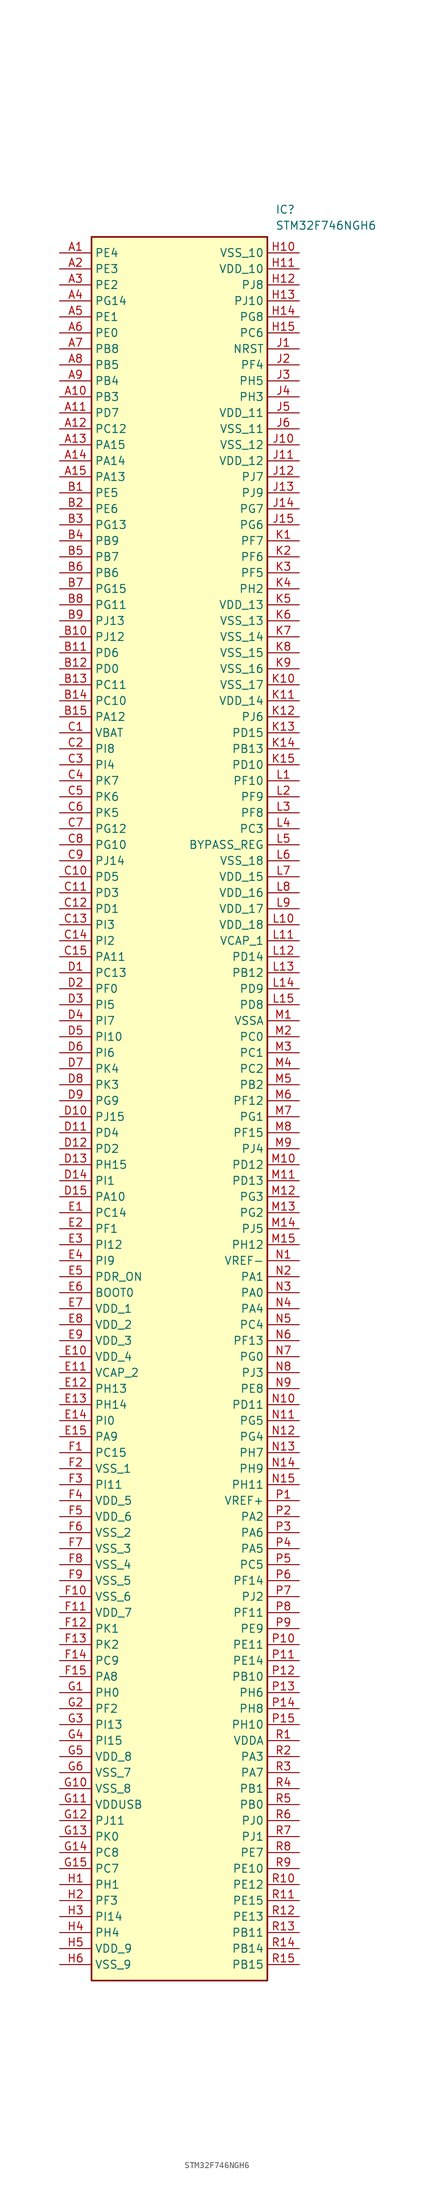
<source format=kicad_sym>
(kicad_symbol_lib
  (version 20211014)
  (generator SamacSys_ECAD_Model)
  (symbol "STM32F746NGH6"
    (property "Reference" "IC"
      (at 34.29 7.62 0)
      (effects (font (size 1.27 1.27)) (justify left top)))
    (property "Value" "STM32F746NGH6"
      (at 34.29 5.08 0)
      (effects (font (size 1.27 1.27)) (justify left top)))
    (rectangle
      (start 5.08 2.54)
      (end 33.02 -274.32)
      (stroke (width 0.254) (type default))
      (fill (type background)))
    (pin passive line
      (at 0 0 0)
      (length 5.08)
      (name "PE4" (effects (font (size 1.27 1.27))))
      (number "A1" (effects (font (size 1.27 1.27)))))
    (pin passive line
      (at 0 -2.54 0)
      (length 5.08)
      (name "PE3" (effects (font (size 1.27 1.27))))
      (number "A2" (effects (font (size 1.27 1.27)))))
    (pin passive line
      (at 0 -5.08 0)
      (length 5.08)
      (name "PE2" (effects (font (size 1.27 1.27))))
      (number "A3" (effects (font (size 1.27 1.27)))))
    (pin passive line
      (at 0 -7.62 0)
      (length 5.08)
      (name "PG14" (effects (font (size 1.27 1.27))))
      (number "A4" (effects (font (size 1.27 1.27)))))
    (pin passive line
      (at 0 -10.16 0)
      (length 5.08)
      (name "PE1" (effects (font (size 1.27 1.27))))
      (number "A5" (effects (font (size 1.27 1.27)))))
    (pin passive line
      (at 0 -12.7 0)
      (length 5.08)
      (name "PE0" (effects (font (size 1.27 1.27))))
      (number "A6" (effects (font (size 1.27 1.27)))))
    (pin passive line
      (at 0 -15.24 0)
      (length 5.08)
      (name "PB8" (effects (font (size 1.27 1.27))))
      (number "A7" (effects (font (size 1.27 1.27)))))
    (pin passive line
      (at 0 -17.78 0)
      (length 5.08)
      (name "PB5" (effects (font (size 1.27 1.27))))
      (number "A8" (effects (font (size 1.27 1.27)))))
    (pin passive line
      (at 0 -20.32 0)
      (length 5.08)
      (name "PB4" (effects (font (size 1.27 1.27))))
      (number "A9" (effects (font (size 1.27 1.27)))))
    (pin passive line
      (at 0 -22.86 0)
      (length 5.08)
      (name "PB3" (effects (font (size 1.27 1.27))))
      (number "A10" (effects (font (size 1.27 1.27)))))
    (pin passive line
      (at 0 -25.4 0)
      (length 5.08)
      (name "PD7" (effects (font (size 1.27 1.27))))
      (number "A11" (effects (font (size 1.27 1.27)))))
    (pin passive line
      (at 0 -27.94 0)
      (length 5.08)
      (name "PC12" (effects (font (size 1.27 1.27))))
      (number "A12" (effects (font (size 1.27 1.27)))))
    (pin passive line
      (at 0 -30.48 0)
      (length 5.08)
      (name "PA15" (effects (font (size 1.27 1.27))))
      (number "A13" (effects (font (size 1.27 1.27)))))
    (pin passive line
      (at 0 -33.02 0)
      (length 5.08)
      (name "PA14" (effects (font (size 1.27 1.27))))
      (number "A14" (effects (font (size 1.27 1.27)))))
    (pin passive line
      (at 0 -35.56 0)
      (length 5.08)
      (name "PA13" (effects (font (size 1.27 1.27))))
      (number "A15" (effects (font (size 1.27 1.27)))))
    (pin passive line
      (at 0 -38.1 0)
      (length 5.08)
      (name "PE5" (effects (font (size 1.27 1.27))))
      (number "B1" (effects (font (size 1.27 1.27)))))
    (pin passive line
      (at 0 -40.64 0)
      (length 5.08)
      (name "PE6" (effects (font (size 1.27 1.27))))
      (number "B2" (effects (font (size 1.27 1.27)))))
    (pin passive line
      (at 0 -43.18 0)
      (length 5.08)
      (name "PG13" (effects (font (size 1.27 1.27))))
      (number "B3" (effects (font (size 1.27 1.27)))))
    (pin passive line
      (at 0 -45.72 0)
      (length 5.08)
      (name "PB9" (effects (font (size 1.27 1.27))))
      (number "B4" (effects (font (size 1.27 1.27)))))
    (pin passive line
      (at 0 -48.26 0)
      (length 5.08)
      (name "PB7" (effects (font (size 1.27 1.27))))
      (number "B5" (effects (font (size 1.27 1.27)))))
    (pin passive line
      (at 0 -50.8 0)
      (length 5.08)
      (name "PB6" (effects (font (size 1.27 1.27))))
      (number "B6" (effects (font (size 1.27 1.27)))))
    (pin passive line
      (at 0 -53.34 0)
      (length 5.08)
      (name "PG15" (effects (font (size 1.27 1.27))))
      (number "B7" (effects (font (size 1.27 1.27)))))
    (pin passive line
      (at 0 -55.88 0)
      (length 5.08)
      (name "PG11" (effects (font (size 1.27 1.27))))
      (number "B8" (effects (font (size 1.27 1.27)))))
    (pin passive line
      (at 0 -58.42 0)
      (length 5.08)
      (name "PJ13" (effects (font (size 1.27 1.27))))
      (number "B9" (effects (font (size 1.27 1.27)))))
    (pin passive line
      (at 0 -60.96 0)
      (length 5.08)
      (name "PJ12" (effects (font (size 1.27 1.27))))
      (number "B10" (effects (font (size 1.27 1.27)))))
    (pin passive line
      (at 0 -63.5 0)
      (length 5.08)
      (name "PD6" (effects (font (size 1.27 1.27))))
      (number "B11" (effects (font (size 1.27 1.27)))))
    (pin passive line
      (at 0 -66.04 0)
      (length 5.08)
      (name "PD0" (effects (font (size 1.27 1.27))))
      (number "B12" (effects (font (size 1.27 1.27)))))
    (pin passive line
      (at 0 -68.58 0)
      (length 5.08)
      (name "PC11" (effects (font (size 1.27 1.27))))
      (number "B13" (effects (font (size 1.27 1.27)))))
    (pin passive line
      (at 0 -71.12 0)
      (length 5.08)
      (name "PC10" (effects (font (size 1.27 1.27))))
      (number "B14" (effects (font (size 1.27 1.27)))))
    (pin passive line
      (at 0 -73.66 0)
      (length 5.08)
      (name "PA12" (effects (font (size 1.27 1.27))))
      (number "B15" (effects (font (size 1.27 1.27)))))
    (pin passive line
      (at 0 -76.2 0)
      (length 5.08)
      (name "VBAT" (effects (font (size 1.27 1.27))))
      (number "C1" (effects (font (size 1.27 1.27)))))
    (pin passive line
      (at 0 -78.74 0)
      (length 5.08)
      (name "PI8" (effects (font (size 1.27 1.27))))
      (number "C2" (effects (font (size 1.27 1.27)))))
    (pin passive line
      (at 0 -81.28 0)
      (length 5.08)
      (name "PI4" (effects (font (size 1.27 1.27))))
      (number "C3" (effects (font (size 1.27 1.27)))))
    (pin passive line
      (at 0 -83.82 0)
      (length 5.08)
      (name "PK7" (effects (font (size 1.27 1.27))))
      (number "C4" (effects (font (size 1.27 1.27)))))
    (pin passive line
      (at 0 -86.36 0)
      (length 5.08)
      (name "PK6" (effects (font (size 1.27 1.27))))
      (number "C5" (effects (font (size 1.27 1.27)))))
    (pin passive line
      (at 0 -88.9 0)
      (length 5.08)
      (name "PK5" (effects (font (size 1.27 1.27))))
      (number "C6" (effects (font (size 1.27 1.27)))))
    (pin passive line
      (at 0 -91.44 0)
      (length 5.08)
      (name "PG12" (effects (font (size 1.27 1.27))))
      (number "C7" (effects (font (size 1.27 1.27)))))
    (pin passive line
      (at 0 -93.98 0)
      (length 5.08)
      (name "PG10" (effects (font (size 1.27 1.27))))
      (number "C8" (effects (font (size 1.27 1.27)))))
    (pin passive line
      (at 0 -96.52 0)
      (length 5.08)
      (name "PJ14" (effects (font (size 1.27 1.27))))
      (number "C9" (effects (font (size 1.27 1.27)))))
    (pin passive line
      (at 0 -99.06 0)
      (length 5.08)
      (name "PD5" (effects (font (size 1.27 1.27))))
      (number "C10" (effects (font (size 1.27 1.27)))))
    (pin passive line
      (at 0 -101.6 0)
      (length 5.08)
      (name "PD3" (effects (font (size 1.27 1.27))))
      (number "C11" (effects (font (size 1.27 1.27)))))
    (pin passive line
      (at 0 -104.14 0)
      (length 5.08)
      (name "PD1" (effects (font (size 1.27 1.27))))
      (number "C12" (effects (font (size 1.27 1.27)))))
    (pin passive line
      (at 0 -106.68 0)
      (length 5.08)
      (name "PI3" (effects (font (size 1.27 1.27))))
      (number "C13" (effects (font (size 1.27 1.27)))))
    (pin passive line
      (at 0 -109.22 0)
      (length 5.08)
      (name "PI2" (effects (font (size 1.27 1.27))))
      (number "C14" (effects (font (size 1.27 1.27)))))
    (pin passive line
      (at 0 -111.76 0)
      (length 5.08)
      (name "PA11" (effects (font (size 1.27 1.27))))
      (number "C15" (effects (font (size 1.27 1.27)))))
    (pin passive line
      (at 0 -114.3 0)
      (length 5.08)
      (name "PC13" (effects (font (size 1.27 1.27))))
      (number "D1" (effects (font (size 1.27 1.27)))))
    (pin passive line
      (at 0 -116.84 0)
      (length 5.08)
      (name "PF0" (effects (font (size 1.27 1.27))))
      (number "D2" (effects (font (size 1.27 1.27)))))
    (pin passive line
      (at 0 -119.38 0)
      (length 5.08)
      (name "PI5" (effects (font (size 1.27 1.27))))
      (number "D3" (effects (font (size 1.27 1.27)))))
    (pin passive line
      (at 0 -121.92 0)
      (length 5.08)
      (name "PI7" (effects (font (size 1.27 1.27))))
      (number "D4" (effects (font (size 1.27 1.27)))))
    (pin passive line
      (at 0 -124.46 0)
      (length 5.08)
      (name "PI10" (effects (font (size 1.27 1.27))))
      (number "D5" (effects (font (size 1.27 1.27)))))
    (pin passive line
      (at 0 -127 0)
      (length 5.08)
      (name "PI6" (effects (font (size 1.27 1.27))))
      (number "D6" (effects (font (size 1.27 1.27)))))
    (pin passive line
      (at 0 -129.54 0)
      (length 5.08)
      (name "PK4" (effects (font (size 1.27 1.27))))
      (number "D7" (effects (font (size 1.27 1.27)))))
    (pin passive line
      (at 0 -132.08 0)
      (length 5.08)
      (name "PK3" (effects (font (size 1.27 1.27))))
      (number "D8" (effects (font (size 1.27 1.27)))))
    (pin passive line
      (at 0 -134.62 0)
      (length 5.08)
      (name "PG9" (effects (font (size 1.27 1.27))))
      (number "D9" (effects (font (size 1.27 1.27)))))
    (pin passive line
      (at 0 -137.16 0)
      (length 5.08)
      (name "PJ15" (effects (font (size 1.27 1.27))))
      (number "D10" (effects (font (size 1.27 1.27)))))
    (pin passive line
      (at 0 -139.7 0)
      (length 5.08)
      (name "PD4" (effects (font (size 1.27 1.27))))
      (number "D11" (effects (font (size 1.27 1.27)))))
    (pin passive line
      (at 0 -142.24 0)
      (length 5.08)
      (name "PD2" (effects (font (size 1.27 1.27))))
      (number "D12" (effects (font (size 1.27 1.27)))))
    (pin passive line
      (at 0 -144.78 0)
      (length 5.08)
      (name "PH15" (effects (font (size 1.27 1.27))))
      (number "D13" (effects (font (size 1.27 1.27)))))
    (pin passive line
      (at 0 -147.32 0)
      (length 5.08)
      (name "PI1" (effects (font (size 1.27 1.27))))
      (number "D14" (effects (font (size 1.27 1.27)))))
    (pin passive line
      (at 0 -149.86 0)
      (length 5.08)
      (name "PA10" (effects (font (size 1.27 1.27))))
      (number "D15" (effects (font (size 1.27 1.27)))))
    (pin passive line
      (at 0 -152.4 0)
      (length 5.08)
      (name "PC14" (effects (font (size 1.27 1.27))))
      (number "E1" (effects (font (size 1.27 1.27)))))
    (pin passive line
      (at 0 -154.94 0)
      (length 5.08)
      (name "PF1" (effects (font (size 1.27 1.27))))
      (number "E2" (effects (font (size 1.27 1.27)))))
    (pin passive line
      (at 0 -157.48 0)
      (length 5.08)
      (name "PI12" (effects (font (size 1.27 1.27))))
      (number "E3" (effects (font (size 1.27 1.27)))))
    (pin passive line
      (at 0 -160.02 0)
      (length 5.08)
      (name "PI9" (effects (font (size 1.27 1.27))))
      (number "E4" (effects (font (size 1.27 1.27)))))
    (pin passive line
      (at 0 -162.56 0)
      (length 5.08)
      (name "PDR_ON" (effects (font (size 1.27 1.27))))
      (number "E5" (effects (font (size 1.27 1.27)))))
    (pin passive line
      (at 0 -165.1 0)
      (length 5.08)
      (name "BOOT0" (effects (font (size 1.27 1.27))))
      (number "E6" (effects (font (size 1.27 1.27)))))
    (pin passive line
      (at 0 -167.64 0)
      (length 5.08)
      (name "VDD_1" (effects (font (size 1.27 1.27))))
      (number "E7" (effects (font (size 1.27 1.27)))))
    (pin passive line
      (at 0 -170.18 0)
      (length 5.08)
      (name "VDD_2" (effects (font (size 1.27 1.27))))
      (number "E8" (effects (font (size 1.27 1.27)))))
    (pin passive line
      (at 0 -172.72 0)
      (length 5.08)
      (name "VDD_3" (effects (font (size 1.27 1.27))))
      (number "E9" (effects (font (size 1.27 1.27)))))
    (pin passive line
      (at 0 -175.26 0)
      (length 5.08)
      (name "VDD_4" (effects (font (size 1.27 1.27))))
      (number "E10" (effects (font (size 1.27 1.27)))))
    (pin passive line
      (at 0 -177.8 0)
      (length 5.08)
      (name "VCAP_2" (effects (font (size 1.27 1.27))))
      (number "E11" (effects (font (size 1.27 1.27)))))
    (pin passive line
      (at 0 -180.34 0)
      (length 5.08)
      (name "PH13" (effects (font (size 1.27 1.27))))
      (number "E12" (effects (font (size 1.27 1.27)))))
    (pin passive line
      (at 0 -182.88 0)
      (length 5.08)
      (name "PH14" (effects (font (size 1.27 1.27))))
      (number "E13" (effects (font (size 1.27 1.27)))))
    (pin passive line
      (at 0 -185.42 0)
      (length 5.08)
      (name "PI0" (effects (font (size 1.27 1.27))))
      (number "E14" (effects (font (size 1.27 1.27)))))
    (pin passive line
      (at 0 -187.96 0)
      (length 5.08)
      (name "PA9" (effects (font (size 1.27 1.27))))
      (number "E15" (effects (font (size 1.27 1.27)))))
    (pin passive line
      (at 0 -190.5 0)
      (length 5.08)
      (name "PC15" (effects (font (size 1.27 1.27))))
      (number "F1" (effects (font (size 1.27 1.27)))))
    (pin passive line
      (at 0 -193.04 0)
      (length 5.08)
      (name "VSS_1" (effects (font (size 1.27 1.27))))
      (number "F2" (effects (font (size 1.27 1.27)))))
    (pin passive line
      (at 0 -195.58 0)
      (length 5.08)
      (name "PI11" (effects (font (size 1.27 1.27))))
      (number "F3" (effects (font (size 1.27 1.27)))))
    (pin passive line
      (at 0 -198.12 0)
      (length 5.08)
      (name "VDD_5" (effects (font (size 1.27 1.27))))
      (number "F4" (effects (font (size 1.27 1.27)))))
    (pin passive line
      (at 0 -200.66 0)
      (length 5.08)
      (name "VDD_6" (effects (font (size 1.27 1.27))))
      (number "F5" (effects (font (size 1.27 1.27)))))
    (pin passive line
      (at 0 -203.2 0)
      (length 5.08)
      (name "VSS_2" (effects (font (size 1.27 1.27))))
      (number "F6" (effects (font (size 1.27 1.27)))))
    (pin passive line
      (at 0 -205.74 0)
      (length 5.08)
      (name "VSS_3" (effects (font (size 1.27 1.27))))
      (number "F7" (effects (font (size 1.27 1.27)))))
    (pin passive line
      (at 0 -208.28 0)
      (length 5.08)
      (name "VSS_4" (effects (font (size 1.27 1.27))))
      (number "F8" (effects (font (size 1.27 1.27)))))
    (pin passive line
      (at 0 -210.82 0)
      (length 5.08)
      (name "VSS_5" (effects (font (size 1.27 1.27))))
      (number "F9" (effects (font (size 1.27 1.27)))))
    (pin passive line
      (at 0 -213.36 0)
      (length 5.08)
      (name "VSS_6" (effects (font (size 1.27 1.27))))
      (number "F10" (effects (font (size 1.27 1.27)))))
    (pin passive line
      (at 0 -215.9 0)
      (length 5.08)
      (name "VDD_7" (effects (font (size 1.27 1.27))))
      (number "F11" (effects (font (size 1.27 1.27)))))
    (pin passive line
      (at 0 -218.44 0)
      (length 5.08)
      (name "PK1" (effects (font (size 1.27 1.27))))
      (number "F12" (effects (font (size 1.27 1.27)))))
    (pin passive line
      (at 0 -220.98 0)
      (length 5.08)
      (name "PK2" (effects (font (size 1.27 1.27))))
      (number "F13" (effects (font (size 1.27 1.27)))))
    (pin passive line
      (at 0 -223.52 0)
      (length 5.08)
      (name "PC9" (effects (font (size 1.27 1.27))))
      (number "F14" (effects (font (size 1.27 1.27)))))
    (pin passive line
      (at 0 -226.06 0)
      (length 5.08)
      (name "PA8" (effects (font (size 1.27 1.27))))
      (number "F15" (effects (font (size 1.27 1.27)))))
    (pin passive line
      (at 0 -228.6 0)
      (length 5.08)
      (name "PH0" (effects (font (size 1.27 1.27))))
      (number "G1" (effects (font (size 1.27 1.27)))))
    (pin passive line
      (at 0 -231.14 0)
      (length 5.08)
      (name "PF2" (effects (font (size 1.27 1.27))))
      (number "G2" (effects (font (size 1.27 1.27)))))
    (pin passive line
      (at 0 -233.68 0)
      (length 5.08)
      (name "PI13" (effects (font (size 1.27 1.27))))
      (number "G3" (effects (font (size 1.27 1.27)))))
    (pin passive line
      (at 0 -236.22 0)
      (length 5.08)
      (name "PI15" (effects (font (size 1.27 1.27))))
      (number "G4" (effects (font (size 1.27 1.27)))))
    (pin passive line
      (at 0 -238.76 0)
      (length 5.08)
      (name "VDD_8" (effects (font (size 1.27 1.27))))
      (number "G5" (effects (font (size 1.27 1.27)))))
    (pin passive line
      (at 0 -241.3 0)
      (length 5.08)
      (name "VSS_7" (effects (font (size 1.27 1.27))))
      (number "G6" (effects (font (size 1.27 1.27)))))
    (pin passive line
      (at 0 -243.84 0)
      (length 5.08)
      (name "VSS_8" (effects (font (size 1.27 1.27))))
      (number "G10" (effects (font (size 1.27 1.27)))))
    (pin passive line
      (at 0 -246.38 0)
      (length 5.08)
      (name "VDDUSB" (effects (font (size 1.27 1.27))))
      (number "G11" (effects (font (size 1.27 1.27)))))
    (pin passive line
      (at 0 -248.92 0)
      (length 5.08)
      (name "PJ11" (effects (font (size 1.27 1.27))))
      (number "G12" (effects (font (size 1.27 1.27)))))
    (pin passive line
      (at 0 -251.46 0)
      (length 5.08)
      (name "PK0" (effects (font (size 1.27 1.27))))
      (number "G13" (effects (font (size 1.27 1.27)))))
    (pin passive line
      (at 0 -254 0)
      (length 5.08)
      (name "PC8" (effects (font (size 1.27 1.27))))
      (number "G14" (effects (font (size 1.27 1.27)))))
    (pin passive line
      (at 0 -256.54 0)
      (length 5.08)
      (name "PC7" (effects (font (size 1.27 1.27))))
      (number "G15" (effects (font (size 1.27 1.27)))))
    (pin passive line
      (at 0 -259.08 0)
      (length 5.08)
      (name "PH1" (effects (font (size 1.27 1.27))))
      (number "H1" (effects (font (size 1.27 1.27)))))
    (pin passive line
      (at 0 -261.62 0)
      (length 5.08)
      (name "PF3" (effects (font (size 1.27 1.27))))
      (number "H2" (effects (font (size 1.27 1.27)))))
    (pin passive line
      (at 0 -264.16 0)
      (length 5.08)
      (name "PI14" (effects (font (size 1.27 1.27))))
      (number "H3" (effects (font (size 1.27 1.27)))))
    (pin passive line
      (at 0 -266.7 0)
      (length 5.08)
      (name "PH4" (effects (font (size 1.27 1.27))))
      (number "H4" (effects (font (size 1.27 1.27)))))
    (pin passive line
      (at 0 -269.24 0)
      (length 5.08)
      (name "VDD_9" (effects (font (size 1.27 1.27))))
      (number "H5" (effects (font (size 1.27 1.27)))))
    (pin passive line
      (at 0 -271.78 0)
      (length 5.08)
      (name "VSS_9" (effects (font (size 1.27 1.27))))
      (number "H6" (effects (font (size 1.27 1.27)))))
    (pin passive line
      (at 38.1 0 180)
      (length 5.08)
      (name "VSS_10" (effects (font (size 1.27 1.27))))
      (number "H10" (effects (font (size 1.27 1.27)))))
    (pin passive line
      (at 38.1 -2.54 180)
      (length 5.08)
      (name "VDD_10" (effects (font (size 1.27 1.27))))
      (number "H11" (effects (font (size 1.27 1.27)))))
    (pin passive line
      (at 38.1 -5.08 180)
      (length 5.08)
      (name "PJ8" (effects (font (size 1.27 1.27))))
      (number "H12" (effects (font (size 1.27 1.27)))))
    (pin passive line
      (at 38.1 -7.62 180)
      (length 5.08)
      (name "PJ10" (effects (font (size 1.27 1.27))))
      (number "H13" (effects (font (size 1.27 1.27)))))
    (pin passive line
      (at 38.1 -10.16 180)
      (length 5.08)
      (name "PG8" (effects (font (size 1.27 1.27))))
      (number "H14" (effects (font (size 1.27 1.27)))))
    (pin passive line
      (at 38.1 -12.7 180)
      (length 5.08)
      (name "PC6" (effects (font (size 1.27 1.27))))
      (number "H15" (effects (font (size 1.27 1.27)))))
    (pin passive line
      (at 38.1 -15.24 180)
      (length 5.08)
      (name "NRST" (effects (font (size 1.27 1.27))))
      (number "J1" (effects (font (size 1.27 1.27)))))
    (pin passive line
      (at 38.1 -17.78 180)
      (length 5.08)
      (name "PF4" (effects (font (size 1.27 1.27))))
      (number "J2" (effects (font (size 1.27 1.27)))))
    (pin passive line
      (at 38.1 -20.32 180)
      (length 5.08)
      (name "PH5" (effects (font (size 1.27 1.27))))
      (number "J3" (effects (font (size 1.27 1.27)))))
    (pin passive line
      (at 38.1 -22.86 180)
      (length 5.08)
      (name "PH3" (effects (font (size 1.27 1.27))))
      (number "J4" (effects (font (size 1.27 1.27)))))
    (pin passive line
      (at 38.1 -25.4 180)
      (length 5.08)
      (name "VDD_11" (effects (font (size 1.27 1.27))))
      (number "J5" (effects (font (size 1.27 1.27)))))
    (pin passive line
      (at 38.1 -27.94 180)
      (length 5.08)
      (name "VSS_11" (effects (font (size 1.27 1.27))))
      (number "J6" (effects (font (size 1.27 1.27)))))
    (pin passive line
      (at 38.1 -30.48 180)
      (length 5.08)
      (name "VSS_12" (effects (font (size 1.27 1.27))))
      (number "J10" (effects (font (size 1.27 1.27)))))
    (pin passive line
      (at 38.1 -33.02 180)
      (length 5.08)
      (name "VDD_12" (effects (font (size 1.27 1.27))))
      (number "J11" (effects (font (size 1.27 1.27)))))
    (pin passive line
      (at 38.1 -35.56 180)
      (length 5.08)
      (name "PJ7" (effects (font (size 1.27 1.27))))
      (number "J12" (effects (font (size 1.27 1.27)))))
    (pin passive line
      (at 38.1 -38.1 180)
      (length 5.08)
      (name "PJ9" (effects (font (size 1.27 1.27))))
      (number "J13" (effects (font (size 1.27 1.27)))))
    (pin passive line
      (at 38.1 -40.64 180)
      (length 5.08)
      (name "PG7" (effects (font (size 1.27 1.27))))
      (number "J14" (effects (font (size 1.27 1.27)))))
    (pin passive line
      (at 38.1 -43.18 180)
      (length 5.08)
      (name "PG6" (effects (font (size 1.27 1.27))))
      (number "J15" (effects (font (size 1.27 1.27)))))
    (pin passive line
      (at 38.1 -45.72 180)
      (length 5.08)
      (name "PF7" (effects (font (size 1.27 1.27))))
      (number "K1" (effects (font (size 1.27 1.27)))))
    (pin passive line
      (at 38.1 -48.26 180)
      (length 5.08)
      (name "PF6" (effects (font (size 1.27 1.27))))
      (number "K2" (effects (font (size 1.27 1.27)))))
    (pin passive line
      (at 38.1 -50.8 180)
      (length 5.08)
      (name "PF5" (effects (font (size 1.27 1.27))))
      (number "K3" (effects (font (size 1.27 1.27)))))
    (pin passive line
      (at 38.1 -53.34 180)
      (length 5.08)
      (name "PH2" (effects (font (size 1.27 1.27))))
      (number "K4" (effects (font (size 1.27 1.27)))))
    (pin passive line
      (at 38.1 -55.88 180)
      (length 5.08)
      (name "VDD_13" (effects (font (size 1.27 1.27))))
      (number "K5" (effects (font (size 1.27 1.27)))))
    (pin passive line
      (at 38.1 -58.42 180)
      (length 5.08)
      (name "VSS_13" (effects (font (size 1.27 1.27))))
      (number "K6" (effects (font (size 1.27 1.27)))))
    (pin passive line
      (at 38.1 -60.96 180)
      (length 5.08)
      (name "VSS_14" (effects (font (size 1.27 1.27))))
      (number "K7" (effects (font (size 1.27 1.27)))))
    (pin passive line
      (at 38.1 -63.5 180)
      (length 5.08)
      (name "VSS_15" (effects (font (size 1.27 1.27))))
      (number "K8" (effects (font (size 1.27 1.27)))))
    (pin passive line
      (at 38.1 -66.04 180)
      (length 5.08)
      (name "VSS_16" (effects (font (size 1.27 1.27))))
      (number "K9" (effects (font (size 1.27 1.27)))))
    (pin passive line
      (at 38.1 -68.58 180)
      (length 5.08)
      (name "VSS_17" (effects (font (size 1.27 1.27))))
      (number "K10" (effects (font (size 1.27 1.27)))))
    (pin passive line
      (at 38.1 -71.12 180)
      (length 5.08)
      (name "VDD_14" (effects (font (size 1.27 1.27))))
      (number "K11" (effects (font (size 1.27 1.27)))))
    (pin passive line
      (at 38.1 -73.66 180)
      (length 5.08)
      (name "PJ6" (effects (font (size 1.27 1.27))))
      (number "K12" (effects (font (size 1.27 1.27)))))
    (pin passive line
      (at 38.1 -76.2 180)
      (length 5.08)
      (name "PD15" (effects (font (size 1.27 1.27))))
      (number "K13" (effects (font (size 1.27 1.27)))))
    (pin passive line
      (at 38.1 -78.74 180)
      (length 5.08)
      (name "PB13" (effects (font (size 1.27 1.27))))
      (number "K14" (effects (font (size 1.27 1.27)))))
    (pin passive line
      (at 38.1 -81.28 180)
      (length 5.08)
      (name "PD10" (effects (font (size 1.27 1.27))))
      (number "K15" (effects (font (size 1.27 1.27)))))
    (pin passive line
      (at 38.1 -83.82 180)
      (length 5.08)
      (name "PF10" (effects (font (size 1.27 1.27))))
      (number "L1" (effects (font (size 1.27 1.27)))))
    (pin passive line
      (at 38.1 -86.36 180)
      (length 5.08)
      (name "PF9" (effects (font (size 1.27 1.27))))
      (number "L2" (effects (font (size 1.27 1.27)))))
    (pin passive line
      (at 38.1 -88.9 180)
      (length 5.08)
      (name "PF8" (effects (font (size 1.27 1.27))))
      (number "L3" (effects (font (size 1.27 1.27)))))
    (pin passive line
      (at 38.1 -91.44 180)
      (length 5.08)
      (name "PC3" (effects (font (size 1.27 1.27))))
      (number "L4" (effects (font (size 1.27 1.27)))))
    (pin passive line
      (at 38.1 -93.98 180)
      (length 5.08)
      (name "BYPASS_REG" (effects (font (size 1.27 1.27))))
      (number "L5" (effects (font (size 1.27 1.27)))))
    (pin passive line
      (at 38.1 -96.52 180)
      (length 5.08)
      (name "VSS_18" (effects (font (size 1.27 1.27))))
      (number "L6" (effects (font (size 1.27 1.27)))))
    (pin passive line
      (at 38.1 -99.06 180)
      (length 5.08)
      (name "VDD_15" (effects (font (size 1.27 1.27))))
      (number "L7" (effects (font (size 1.27 1.27)))))
    (pin passive line
      (at 38.1 -101.6 180)
      (length 5.08)
      (name "VDD_16" (effects (font (size 1.27 1.27))))
      (number "L8" (effects (font (size 1.27 1.27)))))
    (pin passive line
      (at 38.1 -104.14 180)
      (length 5.08)
      (name "VDD_17" (effects (font (size 1.27 1.27))))
      (number "L9" (effects (font (size 1.27 1.27)))))
    (pin passive line
      (at 38.1 -106.68 180)
      (length 5.08)
      (name "VDD_18" (effects (font (size 1.27 1.27))))
      (number "L10" (effects (font (size 1.27 1.27)))))
    (pin passive line
      (at 38.1 -109.22 180)
      (length 5.08)
      (name "VCAP_1" (effects (font (size 1.27 1.27))))
      (number "L11" (effects (font (size 1.27 1.27)))))
    (pin passive line
      (at 38.1 -111.76 180)
      (length 5.08)
      (name "PD14" (effects (font (size 1.27 1.27))))
      (number "L12" (effects (font (size 1.27 1.27)))))
    (pin passive line
      (at 38.1 -114.3 180)
      (length 5.08)
      (name "PB12" (effects (font (size 1.27 1.27))))
      (number "L13" (effects (font (size 1.27 1.27)))))
    (pin passive line
      (at 38.1 -116.84 180)
      (length 5.08)
      (name "PD9" (effects (font (size 1.27 1.27))))
      (number "L14" (effects (font (size 1.27 1.27)))))
    (pin passive line
      (at 38.1 -119.38 180)
      (length 5.08)
      (name "PD8" (effects (font (size 1.27 1.27))))
      (number "L15" (effects (font (size 1.27 1.27)))))
    (pin passive line
      (at 38.1 -121.92 180)
      (length 5.08)
      (name "VSSA" (effects (font (size 1.27 1.27))))
      (number "M1" (effects (font (size 1.27 1.27)))))
    (pin passive line
      (at 38.1 -124.46 180)
      (length 5.08)
      (name "PC0" (effects (font (size 1.27 1.27))))
      (number "M2" (effects (font (size 1.27 1.27)))))
    (pin passive line
      (at 38.1 -127 180)
      (length 5.08)
      (name "PC1" (effects (font (size 1.27 1.27))))
      (number "M3" (effects (font (size 1.27 1.27)))))
    (pin passive line
      (at 38.1 -129.54 180)
      (length 5.08)
      (name "PC2" (effects (font (size 1.27 1.27))))
      (number "M4" (effects (font (size 1.27 1.27)))))
    (pin passive line
      (at 38.1 -132.08 180)
      (length 5.08)
      (name "PB2" (effects (font (size 1.27 1.27))))
      (number "M5" (effects (font (size 1.27 1.27)))))
    (pin passive line
      (at 38.1 -134.62 180)
      (length 5.08)
      (name "PF12" (effects (font (size 1.27 1.27))))
      (number "M6" (effects (font (size 1.27 1.27)))))
    (pin passive line
      (at 38.1 -137.16 180)
      (length 5.08)
      (name "PG1" (effects (font (size 1.27 1.27))))
      (number "M7" (effects (font (size 1.27 1.27)))))
    (pin passive line
      (at 38.1 -139.7 180)
      (length 5.08)
      (name "PF15" (effects (font (size 1.27 1.27))))
      (number "M8" (effects (font (size 1.27 1.27)))))
    (pin passive line
      (at 38.1 -142.24 180)
      (length 5.08)
      (name "PJ4" (effects (font (size 1.27 1.27))))
      (number "M9" (effects (font (size 1.27 1.27)))))
    (pin passive line
      (at 38.1 -144.78 180)
      (length 5.08)
      (name "PD12" (effects (font (size 1.27 1.27))))
      (number "M10" (effects (font (size 1.27 1.27)))))
    (pin passive line
      (at 38.1 -147.32 180)
      (length 5.08)
      (name "PD13" (effects (font (size 1.27 1.27))))
      (number "M11" (effects (font (size 1.27 1.27)))))
    (pin passive line
      (at 38.1 -149.86 180)
      (length 5.08)
      (name "PG3" (effects (font (size 1.27 1.27))))
      (number "M12" (effects (font (size 1.27 1.27)))))
    (pin passive line
      (at 38.1 -152.4 180)
      (length 5.08)
      (name "PG2" (effects (font (size 1.27 1.27))))
      (number "M13" (effects (font (size 1.27 1.27)))))
    (pin passive line
      (at 38.1 -154.94 180)
      (length 5.08)
      (name "PJ5" (effects (font (size 1.27 1.27))))
      (number "M14" (effects (font (size 1.27 1.27)))))
    (pin passive line
      (at 38.1 -157.48 180)
      (length 5.08)
      (name "PH12" (effects (font (size 1.27 1.27))))
      (number "M15" (effects (font (size 1.27 1.27)))))
    (pin passive line
      (at 38.1 -160.02 180)
      (length 5.08)
      (name "VREF-" (effects (font (size 1.27 1.27))))
      (number "N1" (effects (font (size 1.27 1.27)))))
    (pin passive line
      (at 38.1 -162.56 180)
      (length 5.08)
      (name "PA1" (effects (font (size 1.27 1.27))))
      (number "N2" (effects (font (size 1.27 1.27)))))
    (pin passive line
      (at 38.1 -165.1 180)
      (length 5.08)
      (name "PA0" (effects (font (size 1.27 1.27))))
      (number "N3" (effects (font (size 1.27 1.27)))))
    (pin passive line
      (at 38.1 -167.64 180)
      (length 5.08)
      (name "PA4" (effects (font (size 1.27 1.27))))
      (number "N4" (effects (font (size 1.27 1.27)))))
    (pin passive line
      (at 38.1 -170.18 180)
      (length 5.08)
      (name "PC4" (effects (font (size 1.27 1.27))))
      (number "N5" (effects (font (size 1.27 1.27)))))
    (pin passive line
      (at 38.1 -172.72 180)
      (length 5.08)
      (name "PF13" (effects (font (size 1.27 1.27))))
      (number "N6" (effects (font (size 1.27 1.27)))))
    (pin passive line
      (at 38.1 -175.26 180)
      (length 5.08)
      (name "PG0" (effects (font (size 1.27 1.27))))
      (number "N7" (effects (font (size 1.27 1.27)))))
    (pin passive line
      (at 38.1 -177.8 180)
      (length 5.08)
      (name "PJ3" (effects (font (size 1.27 1.27))))
      (number "N8" (effects (font (size 1.27 1.27)))))
    (pin passive line
      (at 38.1 -180.34 180)
      (length 5.08)
      (name "PE8" (effects (font (size 1.27 1.27))))
      (number "N9" (effects (font (size 1.27 1.27)))))
    (pin passive line
      (at 38.1 -182.88 180)
      (length 5.08)
      (name "PD11" (effects (font (size 1.27 1.27))))
      (number "N10" (effects (font (size 1.27 1.27)))))
    (pin passive line
      (at 38.1 -185.42 180)
      (length 5.08)
      (name "PG5" (effects (font (size 1.27 1.27))))
      (number "N11" (effects (font (size 1.27 1.27)))))
    (pin passive line
      (at 38.1 -187.96 180)
      (length 5.08)
      (name "PG4" (effects (font (size 1.27 1.27))))
      (number "N12" (effects (font (size 1.27 1.27)))))
    (pin passive line
      (at 38.1 -190.5 180)
      (length 5.08)
      (name "PH7" (effects (font (size 1.27 1.27))))
      (number "N13" (effects (font (size 1.27 1.27)))))
    (pin passive line
      (at 38.1 -193.04 180)
      (length 5.08)
      (name "PH9" (effects (font (size 1.27 1.27))))
      (number "N14" (effects (font (size 1.27 1.27)))))
    (pin passive line
      (at 38.1 -195.58 180)
      (length 5.08)
      (name "PH11" (effects (font (size 1.27 1.27))))
      (number "N15" (effects (font (size 1.27 1.27)))))
    (pin passive line
      (at 38.1 -198.12 180)
      (length 5.08)
      (name "VREF+" (effects (font (size 1.27 1.27))))
      (number "P1" (effects (font (size 1.27 1.27)))))
    (pin passive line
      (at 38.1 -200.66 180)
      (length 5.08)
      (name "PA2" (effects (font (size 1.27 1.27))))
      (number "P2" (effects (font (size 1.27 1.27)))))
    (pin passive line
      (at 38.1 -203.2 180)
      (length 5.08)
      (name "PA6" (effects (font (size 1.27 1.27))))
      (number "P3" (effects (font (size 1.27 1.27)))))
    (pin passive line
      (at 38.1 -205.74 180)
      (length 5.08)
      (name "PA5" (effects (font (size 1.27 1.27))))
      (number "P4" (effects (font (size 1.27 1.27)))))
    (pin passive line
      (at 38.1 -208.28 180)
      (length 5.08)
      (name "PC5" (effects (font (size 1.27 1.27))))
      (number "P5" (effects (font (size 1.27 1.27)))))
    (pin passive line
      (at 38.1 -210.82 180)
      (length 5.08)
      (name "PF14" (effects (font (size 1.27 1.27))))
      (number "P6" (effects (font (size 1.27 1.27)))))
    (pin passive line
      (at 38.1 -213.36 180)
      (length 5.08)
      (name "PJ2" (effects (font (size 1.27 1.27))))
      (number "P7" (effects (font (size 1.27 1.27)))))
    (pin passive line
      (at 38.1 -215.9 180)
      (length 5.08)
      (name "PF11" (effects (font (size 1.27 1.27))))
      (number "P8" (effects (font (size 1.27 1.27)))))
    (pin passive line
      (at 38.1 -218.44 180)
      (length 5.08)
      (name "PE9" (effects (font (size 1.27 1.27))))
      (number "P9" (effects (font (size 1.27 1.27)))))
    (pin passive line
      (at 38.1 -220.98 180)
      (length 5.08)
      (name "PE11" (effects (font (size 1.27 1.27))))
      (number "P10" (effects (font (size 1.27 1.27)))))
    (pin passive line
      (at 38.1 -223.52 180)
      (length 5.08)
      (name "PE14" (effects (font (size 1.27 1.27))))
      (number "P11" (effects (font (size 1.27 1.27)))))
    (pin passive line
      (at 38.1 -226.06 180)
      (length 5.08)
      (name "PB10" (effects (font (size 1.27 1.27))))
      (number "P12" (effects (font (size 1.27 1.27)))))
    (pin passive line
      (at 38.1 -228.6 180)
      (length 5.08)
      (name "PH6" (effects (font (size 1.27 1.27))))
      (number "P13" (effects (font (size 1.27 1.27)))))
    (pin passive line
      (at 38.1 -231.14 180)
      (length 5.08)
      (name "PH8" (effects (font (size 1.27 1.27))))
      (number "P14" (effects (font (size 1.27 1.27)))))
    (pin passive line
      (at 38.1 -233.68 180)
      (length 5.08)
      (name "PH10" (effects (font (size 1.27 1.27))))
      (number "P15" (effects (font (size 1.27 1.27)))))
    (pin passive line
      (at 38.1 -236.22 180)
      (length 5.08)
      (name "VDDA" (effects (font (size 1.27 1.27))))
      (number "R1" (effects (font (size 1.27 1.27)))))
    (pin passive line
      (at 38.1 -238.76 180)
      (length 5.08)
      (name "PA3" (effects (font (size 1.27 1.27))))
      (number "R2" (effects (font (size 1.27 1.27)))))
    (pin passive line
      (at 38.1 -241.3 180)
      (length 5.08)
      (name "PA7" (effects (font (size 1.27 1.27))))
      (number "R3" (effects (font (size 1.27 1.27)))))
    (pin passive line
      (at 38.1 -243.84 180)
      (length 5.08)
      (name "PB1" (effects (font (size 1.27 1.27))))
      (number "R4" (effects (font (size 1.27 1.27)))))
    (pin passive line
      (at 38.1 -246.38 180)
      (length 5.08)
      (name "PB0" (effects (font (size 1.27 1.27))))
      (number "R5" (effects (font (size 1.27 1.27)))))
    (pin passive line
      (at 38.1 -248.92 180)
      (length 5.08)
      (name "PJ0" (effects (font (size 1.27 1.27))))
      (number "R6" (effects (font (size 1.27 1.27)))))
    (pin passive line
      (at 38.1 -251.46 180)
      (length 5.08)
      (name "PJ1" (effects (font (size 1.27 1.27))))
      (number "R7" (effects (font (size 1.27 1.27)))))
    (pin passive line
      (at 38.1 -254 180)
      (length 5.08)
      (name "PE7" (effects (font (size 1.27 1.27))))
      (number "R8" (effects (font (size 1.27 1.27)))))
    (pin passive line
      (at 38.1 -256.54 180)
      (length 5.08)
      (name "PE10" (effects (font (size 1.27 1.27))))
      (number "R9" (effects (font (size 1.27 1.27)))))
    (pin passive line
      (at 38.1 -259.08 180)
      (length 5.08)
      (name "PE12" (effects (font (size 1.27 1.27))))
      (number "R10" (effects (font (size 1.27 1.27)))))
    (pin passive line
      (at 38.1 -261.62 180)
      (length 5.08)
      (name "PE15" (effects (font (size 1.27 1.27))))
      (number "R11" (effects (font (size 1.27 1.27)))))
    (pin passive line
      (at 38.1 -264.16 180)
      (length 5.08)
      (name "PE13" (effects (font (size 1.27 1.27))))
      (number "R12" (effects (font (size 1.27 1.27)))))
    (pin passive line
      (at 38.1 -266.7 180)
      (length 5.08)
      (name "PB11" (effects (font (size 1.27 1.27))))
      (number "R13" (effects (font (size 1.27 1.27)))))
    (pin passive line
      (at 38.1 -269.24 180)
      (length 5.08)
      (name "PB14" (effects (font (size 1.27 1.27))))
      (number "R14" (effects (font (size 1.27 1.27)))))
    (pin passive line
      (at 38.1 -271.78 180)
      (length 5.08)
      (name "PB15" (effects (font (size 1.27 1.27))))
      (number "R15" (effects (font (size 1.27 1.27)))))))
</source>
